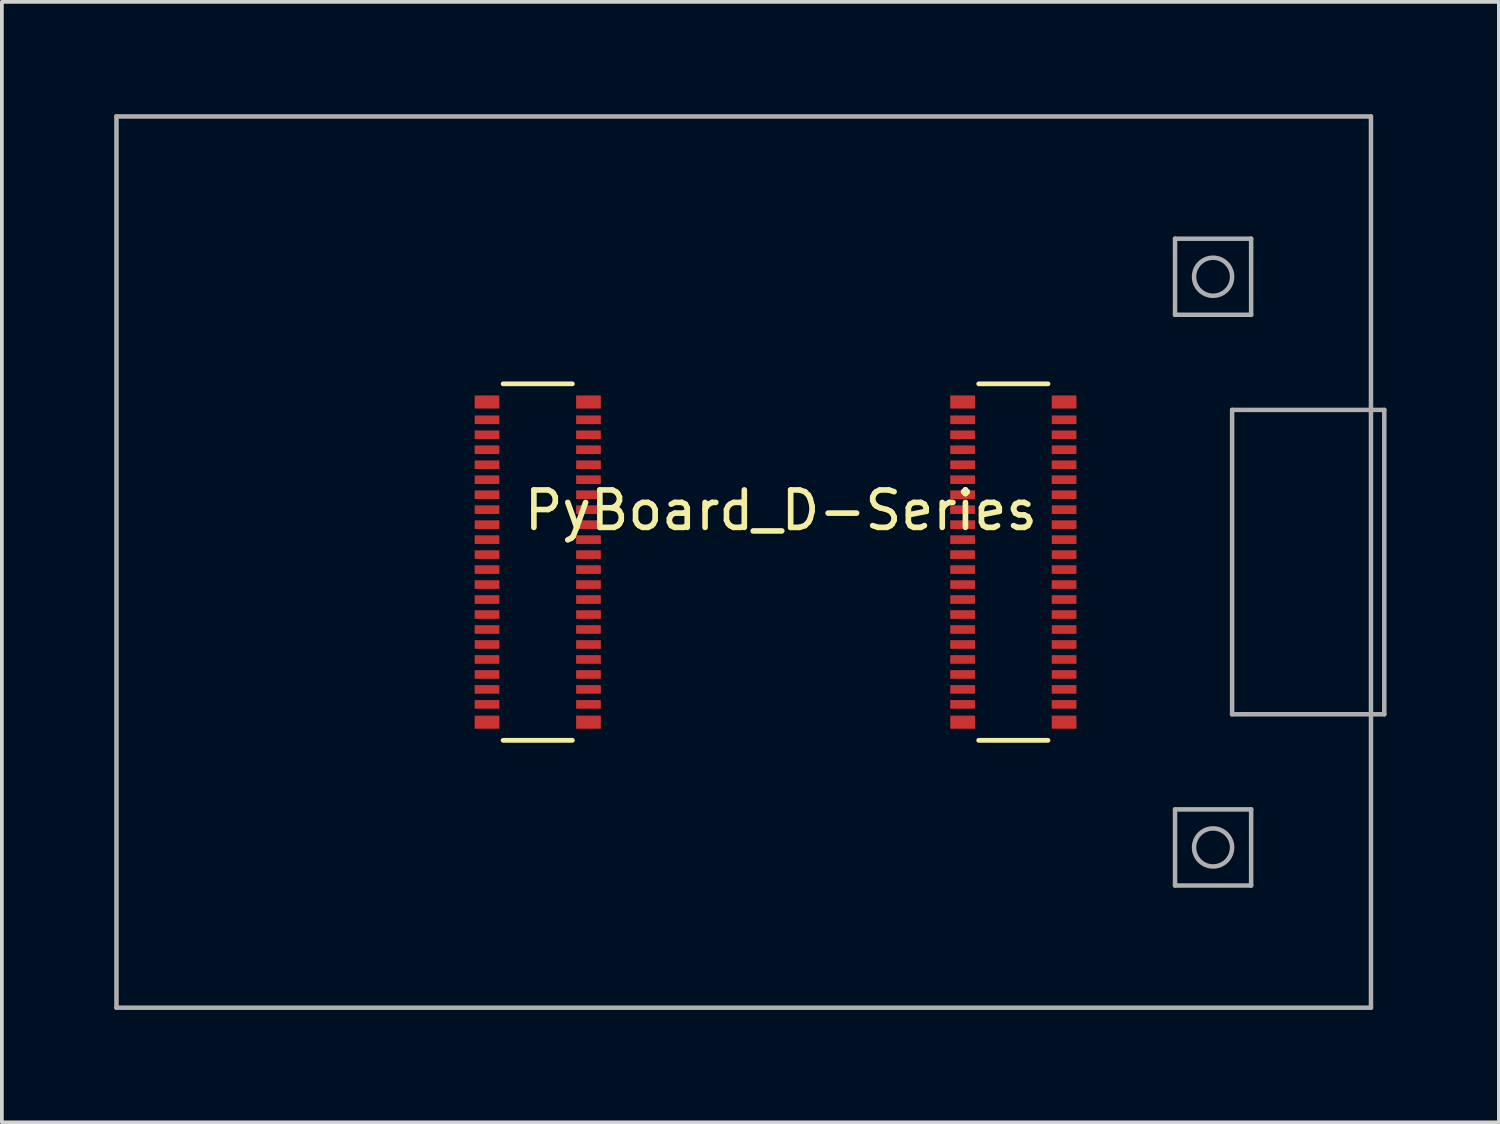
<source format=kicad_pcb>
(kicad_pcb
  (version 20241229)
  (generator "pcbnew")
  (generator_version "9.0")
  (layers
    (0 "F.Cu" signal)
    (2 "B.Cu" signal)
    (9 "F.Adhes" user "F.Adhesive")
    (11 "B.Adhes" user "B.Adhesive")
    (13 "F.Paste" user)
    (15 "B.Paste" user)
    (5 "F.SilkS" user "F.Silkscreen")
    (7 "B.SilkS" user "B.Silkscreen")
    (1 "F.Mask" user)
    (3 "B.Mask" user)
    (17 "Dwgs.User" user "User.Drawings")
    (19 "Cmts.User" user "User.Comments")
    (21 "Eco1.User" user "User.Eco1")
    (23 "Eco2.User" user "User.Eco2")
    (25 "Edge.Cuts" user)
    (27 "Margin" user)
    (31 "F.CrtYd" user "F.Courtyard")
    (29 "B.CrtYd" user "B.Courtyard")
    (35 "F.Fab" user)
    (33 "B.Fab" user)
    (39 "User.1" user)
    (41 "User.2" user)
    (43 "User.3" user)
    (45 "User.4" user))
  (footprint "PyBoard_D-Series"
    (layer "F.Cu")
    (at 17.66 11.96)
    (property "Reference" "PyBoard_D-Series" (at 0.142 -1.382 0) (layer "F.SilkS") (effects (font (size 1 1) (thickness 0.15))))
    (attr through_hole)
    (fp_line (start -7.275 4.76) (end -5.425 4.76) (stroke (width 0.127) (type solid)) (layer "F.SilkS"))
    (fp_line (start -5.425 -4.76) (end -7.275 -4.76) (stroke (width 0.127) (type solid)) (layer "F.SilkS"))
    (fp_line (start 5.425 4.76) (end 7.275 4.76) (stroke (width 0.127) (type solid)) (layer "F.SilkS"))
    (fp_line (start 7.275 -4.76) (end 5.425 -4.76) (stroke (width 0.127) (type solid)) (layer "F.SilkS"))
    (fp_line (start -8.285 -5.01) (end -8.285 5.01) (stroke (width 0.05) (type solid)) (layer "Eco1.User"))
    (fp_line (start -8.285 5.01) (end -4.415 5.01) (stroke (width 0.05) (type solid)) (layer "Eco1.User"))
    (fp_line (start -4.415 -5.01) (end -8.285 -5.01) (stroke (width 0.05) (type solid)) (layer "Eco1.User"))
    (fp_line (start -4.415 5.01) (end -4.415 -5.01) (stroke (width 0.05) (type solid)) (layer "Eco1.User"))
    (fp_line (start 4.415 -5.01) (end 4.415 5.01) (stroke (width 0.05) (type solid)) (layer "Eco1.User"))
    (fp_line (start 4.415 5.01) (end 8.285 5.01) (stroke (width 0.05) (type solid)) (layer "Eco1.User"))
    (fp_line (start 8.285 -5.01) (end 4.415 -5.01) (stroke (width 0.05) (type solid)) (layer "Eco1.User"))
    (fp_line (start 8.285 5.01) (end 8.285 -5.01) (stroke (width 0.05) (type solid)) (layer "Eco1.User"))
    (fp_line (start -7.275 -4.76) (end -7.275 4.76) (stroke (width 0.127) (type solid)) (layer "Eco2.User"))
    (fp_line (start -7.275 4.76) (end -5.425 4.76) (stroke (width 0.127) (type solid)) (layer "Eco2.User"))
    (fp_line (start -5.425 -4.76) (end -7.275 -4.76) (stroke (width 0.127) (type solid)) (layer "Eco2.User"))
    (fp_line (start -5.425 4.76) (end -5.425 -4.76) (stroke (width 0.127) (type solid)) (layer "Eco2.User"))
    (fp_line (start 5.425 -4.76) (end 5.425 4.76) (stroke (width 0.127) (type solid)) (layer "Eco2.User"))
    (fp_line (start 5.425 4.76) (end 7.275 4.76) (stroke (width 0.127) (type solid)) (layer "Eco2.User"))
    (fp_line (start 7.275 -4.76) (end 5.425 -4.76) (stroke (width 0.127) (type solid)) (layer "Eco2.User"))
    (fp_line (start 7.275 4.76) (end 7.275 -4.76) (stroke (width 0.127) (type solid)) (layer "Eco2.User"))
    (fp_line (start -17.6 11.9) (end -17.6 -11.9) (stroke (width 0.12) (type solid)) (layer "F.Fab"))
    (fp_line (start -17.6 11.9) (end 15.9 11.9) (stroke (width 0.12) (type solid)) (layer "F.Fab"))
    (fp_line (start 10.668 -8.636) (end 10.668 -6.604) (stroke (width 0.12) (type solid)) (layer "F.Fab"))
    (fp_line (start 10.668 -6.604) (end 12.7 -6.604) (stroke (width 0.12) (type solid)) (layer "F.Fab"))
    (fp_line (start 10.668 6.604) (end 10.668 8.636) (stroke (width 0.12) (type solid)) (layer "F.Fab"))
    (fp_line (start 10.668 8.636) (end 12.7 8.636) (stroke (width 0.12) (type solid)) (layer "F.Fab"))
    (fp_line (start 12.192 -4.064) (end 12.192 4.064) (stroke (width 0.12) (type solid)) (layer "F.Fab"))
    (fp_line (start 12.192 4.064) (end 16.256 4.064) (stroke (width 0.12) (type solid)) (layer "F.Fab"))
    (fp_line (start 12.7 -8.636) (end 10.668 -8.636) (stroke (width 0.12) (type solid)) (layer "F.Fab"))
    (fp_line (start 12.7 -6.604) (end 12.7 -8.636) (stroke (width 0.12) (type solid)) (layer "F.Fab"))
    (fp_line (start 12.7 6.604) (end 10.668 6.604) (stroke (width 0.12) (type solid)) (layer "F.Fab"))
    (fp_line (start 12.7 8.636) (end 12.7 6.604) (stroke (width 0.12) (type solid)) (layer "F.Fab"))
    (fp_line (start 15.9 -11.9) (end -17.6 -11.9) (stroke (width 0.12) (type solid)) (layer "F.Fab"))
    (fp_line (start 15.9 -11.9) (end 15.9 11.9) (stroke (width 0.12) (type solid)) (layer "F.Fab"))
    (fp_line (start 16.256 -4.064) (end 12.192 -4.064) (stroke (width 0.12) (type solid)) (layer "F.Fab"))
    (fp_line (start 16.256 4.064) (end 16.256 -4.064) (stroke (width 0.12) (type solid)) (layer "F.Fab"))
    (fp_circle (center 11.684 -7.62) (end 12.192 -7.62) (stroke (width 0.12) (type solid)) (fill no) (layer "F.Fab"))
    (fp_circle (center 11.684 7.62) (end 12.192 7.62) (stroke (width 0.12) (type solid)) (fill no) (layer "F.Fab"))
    (pad "1" smd rect (at -4.995 -3.8 90) (size 0.23 0.66) (layers "F.Cu" "F.Mask" "F.Paste"))
    (pad "2" smd rect (at -7.705 -3.8 270) (size 0.23 0.66) (layers "F.Cu" "F.Mask" "F.Paste"))
    (pad "3" smd rect (at -4.995 -3.4 90) (size 0.23 0.66) (layers "F.Cu" "F.Mask" "F.Paste"))
    (pad "4" smd rect (at -7.705 -3.4 270) (size 0.23 0.66) (layers "F.Cu" "F.Mask" "F.Paste"))
    (pad "5" smd rect (at -4.995 -3 90) (size 0.23 0.66) (layers "F.Cu" "F.Mask" "F.Paste"))
    (pad "6" smd rect (at -7.705 -3 270) (size 0.23 0.66) (layers "F.Cu" "F.Mask" "F.Paste"))
    (pad "7" smd rect (at -4.995 -2.6 90) (size 0.23 0.66) (layers "F.Cu" "F.Mask" "F.Paste"))
    (pad "8" smd rect (at -7.705 -2.6 270) (size 0.23 0.66) (layers "F.Cu" "F.Mask" "F.Paste"))
    (pad "9" smd rect (at -4.995 -2.2 90) (size 0.23 0.66) (layers "F.Cu" "F.Mask" "F.Paste"))
    (pad "10" smd rect (at -7.705 -2.2 270) (size 0.23 0.66) (layers "F.Cu" "F.Mask" "F.Paste"))
    (pad "11" smd rect (at -4.995 -1.8 90) (size 0.23 0.66) (layers "F.Cu" "F.Mask" "F.Paste"))
    (pad "12" smd rect (at -7.705 -1.8 270) (size 0.23 0.66) (layers "F.Cu" "F.Mask" "F.Paste"))
    (pad "13" smd rect (at -4.995 -1.4 90) (size 0.23 0.66) (layers "F.Cu" "F.Mask" "F.Paste"))
    (pad "14" smd rect (at -7.705 -1.4 270) (size 0.23 0.66) (layers "F.Cu" "F.Mask" "F.Paste"))
    (pad "15" smd rect (at -4.995 -1 90) (size 0.23 0.66) (layers "F.Cu" "F.Mask" "F.Paste"))
    (pad "16" smd rect (at -7.705 -1 270) (size 0.23 0.66) (layers "F.Cu" "F.Mask" "F.Paste"))
    (pad "17" smd rect (at -4.995 -0.6 90) (size 0.23 0.66) (layers "F.Cu" "F.Mask" "F.Paste"))
    (pad "18" smd rect (at -7.705 -0.6 270) (size 0.23 0.66) (layers "F.Cu" "F.Mask" "F.Paste"))
    (pad "19" smd rect (at -4.995 -0.2 90) (size 0.23 0.66) (layers "F.Cu" "F.Mask" "F.Paste"))
    (pad "20" smd rect (at -7.705 -0.2 270) (size 0.23 0.66) (layers "F.Cu" "F.Mask" "F.Paste"))
    (pad "21" smd rect (at -4.995 0.2 90) (size 0.23 0.66) (layers "F.Cu" "F.Mask" "F.Paste"))
    (pad "22" smd rect (at -7.705 0.2 270) (size 0.23 0.66) (layers "F.Cu" "F.Mask" "F.Paste"))
    (pad "23" smd rect (at -4.995 0.6 90) (size 0.23 0.66) (layers "F.Cu" "F.Mask" "F.Paste"))
    (pad "24" smd rect (at -7.705 0.6 270) (size 0.23 0.66) (layers "F.Cu" "F.Mask" "F.Paste"))
    (pad "25" smd rect (at -4.995 1 90) (size 0.23 0.66) (layers "F.Cu" "F.Mask" "F.Paste"))
    (pad "26" smd rect (at -7.705 1 270) (size 0.23 0.66) (layers "F.Cu" "F.Mask" "F.Paste"))
    (pad "27" smd rect (at -4.995 1.4 90) (size 0.23 0.66) (layers "F.Cu" "F.Mask" "F.Paste"))
    (pad "28" smd rect (at -7.705 1.4 270) (size 0.23 0.66) (layers "F.Cu" "F.Mask" "F.Paste"))
    (pad "29" smd rect (at -4.995 1.8 90) (size 0.23 0.66) (layers "F.Cu" "F.Mask" "F.Paste"))
    (pad "30" smd rect (at -7.705 1.8 270) (size 0.23 0.66) (layers "F.Cu" "F.Mask" "F.Paste"))
    (pad "31" smd rect (at -4.995 2.2 90) (size 0.23 0.66) (layers "F.Cu" "F.Mask" "F.Paste"))
    (pad "32" smd rect (at -7.705 2.2 270) (size 0.23 0.66) (layers "F.Cu" "F.Mask" "F.Paste"))
    (pad "33" smd rect (at -4.995 2.6 90) (size 0.23 0.66) (layers "F.Cu" "F.Mask" "F.Paste"))
    (pad "34" smd rect (at -7.705 2.6 270) (size 0.23 0.66) (layers "F.Cu" "F.Mask" "F.Paste"))
    (pad "35" smd rect (at -4.995 3 90) (size 0.23 0.66) (layers "F.Cu" "F.Mask" "F.Paste"))
    (pad "36" smd rect (at -7.705 3 270) (size 0.23 0.66) (layers "F.Cu" "F.Mask" "F.Paste"))
    (pad "37" smd rect (at -4.995 3.4 90) (size 0.23 0.66) (layers "F.Cu" "F.Mask" "F.Paste"))
    (pad "38" smd rect (at -7.705 3.4 270) (size 0.23 0.66) (layers "F.Cu" "F.Mask" "F.Paste"))
    (pad "39" smd rect (at -4.995 3.8 90) (size 0.23 0.66) (layers "F.Cu" "F.Mask" "F.Paste"))
    (pad "40" smd rect (at -7.705 3.8 270) (size 0.23 0.66) (layers "F.Cu" "F.Mask" "F.Paste"))
    (pad "41" smd rect (at 4.995 3.8 270) (size 0.23 0.66) (layers "F.Cu" "F.Mask" "F.Paste"))
    (pad "42" smd rect (at 7.705 3.8 90) (size 0.23 0.66) (layers "F.Cu" "F.Mask" "F.Paste"))
    (pad "43" smd rect (at 4.995 3.4 270) (size 0.23 0.66) (layers "F.Cu" "F.Mask" "F.Paste"))
    (pad "44" smd rect (at 7.705 3.4 90) (size 0.23 0.66) (layers "F.Cu" "F.Mask" "F.Paste"))
    (pad "45" smd rect (at 4.995 3 270) (size 0.23 0.66) (layers "F.Cu" "F.Mask" "F.Paste"))
    (pad "46" smd rect (at 7.705 3 90) (size 0.23 0.66) (layers "F.Cu" "F.Mask" "F.Paste"))
    (pad "47" smd rect (at 4.995 2.6 270) (size 0.23 0.66) (layers "F.Cu" "F.Mask" "F.Paste"))
    (pad "48" smd rect (at 7.705 2.6 90) (size 0.23 0.66) (layers "F.Cu" "F.Mask" "F.Paste"))
    (pad "49" smd rect (at 4.995 2.2 270) (size 0.23 0.66) (layers "F.Cu" "F.Mask" "F.Paste"))
    (pad "50" smd rect (at 7.705 2.2 90) (size 0.23 0.66) (layers "F.Cu" "F.Mask" "F.Paste"))
    (pad "51" smd rect (at 4.995 1.8 270) (size 0.23 0.66) (layers "F.Cu" "F.Mask" "F.Paste"))
    (pad "52" smd rect (at 7.705 1.8 90) (size 0.23 0.66) (layers "F.Cu" "F.Mask" "F.Paste"))
    (pad "53" smd rect (at 4.995 1.4 270) (size 0.23 0.66) (layers "F.Cu" "F.Mask" "F.Paste"))
    (pad "54" smd rect (at 7.705 1.4 90) (size 0.23 0.66) (layers "F.Cu" "F.Mask" "F.Paste"))
    (pad "55" smd rect (at 4.995 1 270) (size 0.23 0.66) (layers "F.Cu" "F.Mask" "F.Paste"))
    (pad "56" smd rect (at 7.705 1 90) (size 0.23 0.66) (layers "F.Cu" "F.Mask" "F.Paste"))
    (pad "57" smd rect (at 4.995 0.6 270) (size 0.23 0.66) (layers "F.Cu" "F.Mask" "F.Paste"))
    (pad "58" smd rect (at 7.705 0.6 90) (size 0.23 0.66) (layers "F.Cu" "F.Mask" "F.Paste"))
    (pad "59" smd rect (at 4.995 0.2 270) (size 0.23 0.66) (layers "F.Cu" "F.Mask" "F.Paste"))
    (pad "60" smd rect (at 7.705 0.2 90) (size 0.23 0.66) (layers "F.Cu" "F.Mask" "F.Paste"))
    (pad "61" smd rect (at 4.995 -0.2 270) (size 0.23 0.66) (layers "F.Cu" "F.Mask" "F.Paste"))
    (pad "62" smd rect (at 7.705 -0.2 90) (size 0.23 0.66) (layers "F.Cu" "F.Mask" "F.Paste"))
    (pad "63" smd rect (at 4.995 -0.6 270) (size 0.23 0.66) (layers "F.Cu" "F.Mask" "F.Paste"))
    (pad "64" smd rect (at 7.705 -0.6 90) (size 0.23 0.66) (layers "F.Cu" "F.Mask" "F.Paste"))
    (pad "65" smd rect (at 4.995 -1 270) (size 0.23 0.66) (layers "F.Cu" "F.Mask" "F.Paste"))
    (pad "66" smd rect (at 7.705 -1 90) (size 0.23 0.66) (layers "F.Cu" "F.Mask" "F.Paste"))
    (pad "67" smd rect (at 4.995 -1.4 270) (size 0.23 0.66) (layers "F.Cu" "F.Mask" "F.Paste"))
    (pad "68" smd rect (at 7.705 -1.4 90) (size 0.23 0.66) (layers "F.Cu" "F.Mask" "F.Paste"))
    (pad "69" smd rect (at 4.995 -1.8 270) (size 0.23 0.66) (layers "F.Cu" "F.Mask" "F.Paste"))
    (pad "70" smd rect (at 7.705 -1.8 90) (size 0.23 0.66) (layers "F.Cu" "F.Mask" "F.Paste"))
    (pad "71" smd rect (at 4.995 -2.2 270) (size 0.23 0.66) (layers "F.Cu" "F.Mask" "F.Paste"))
    (pad "72" smd rect (at 7.705 -2.2 90) (size 0.23 0.66) (layers "F.Cu" "F.Mask" "F.Paste"))
    (pad "73" smd rect (at 4.995 -2.6 270) (size 0.23 0.66) (layers "F.Cu" "F.Mask" "F.Paste"))
    (pad "74" smd rect (at 7.705 -2.6 90) (size 0.23 0.66) (layers "F.Cu" "F.Mask" "F.Paste"))
    (pad "75" smd rect (at 4.995 -3 270) (size 0.23 0.66) (layers "F.Cu" "F.Mask" "F.Paste"))
    (pad "76" smd rect (at 7.705 -3 90) (size 0.23 0.66) (layers "F.Cu" "F.Mask" "F.Paste"))
    (pad "77" smd rect (at 4.995 -3.4 270) (size 0.23 0.66) (layers "F.Cu" "F.Mask" "F.Paste"))
    (pad "78" smd rect (at 7.705 -3.4 90) (size 0.23 0.66) (layers "F.Cu" "F.Mask" "F.Paste"))
    (pad "79" smd rect (at 4.995 -3.8 270) (size 0.23 0.66) (layers "F.Cu" "F.Mask" "F.Paste"))
    (pad "80" smd rect (at 7.705 -3.8 90) (size 0.23 0.66) (layers "F.Cu" "F.Mask" "F.Paste"))
    (pad "S1" smd rect (at -4.995 -4.275 90) (size 0.35 0.66) (layers "F.Cu" "F.Mask" "F.Paste"))
    (pad "S2" smd rect (at -7.705 -4.275 270) (size 0.35 0.66) (layers "F.Cu" "F.Mask" "F.Paste"))
    (pad "S3" smd rect (at -4.995 4.275 90) (size 0.35 0.66) (layers "F.Cu" "F.Mask" "F.Paste"))
    (pad "S4" smd rect (at -7.705 4.275 270) (size 0.35 0.66) (layers "F.Cu" "F.Mask" "F.Paste"))
    (pad "S5" smd rect (at 4.995 4.275 270) (size 0.35 0.66) (layers "F.Cu" "F.Mask" "F.Paste"))
    (pad "S6" smd rect (at 7.705 4.275 90) (size 0.35 0.66) (layers "F.Cu" "F.Mask" "F.Paste"))
    (pad "S7" smd rect (at 4.995 -4.275 270) (size 0.35 0.66) (layers "F.Cu" "F.Mask" "F.Paste"))
    (pad "S8" smd rect (at 7.705 -4.275 90) (size 0.35 0.66) (layers "F.Cu" "F.Mask" "F.Paste")))
  (gr_rect
    (start -3 -3)
    (end 36.976 26.92)
    (stroke (width 0.1) (type default))
    (fill no)
    (layer "Edge.Cuts")))
</source>
